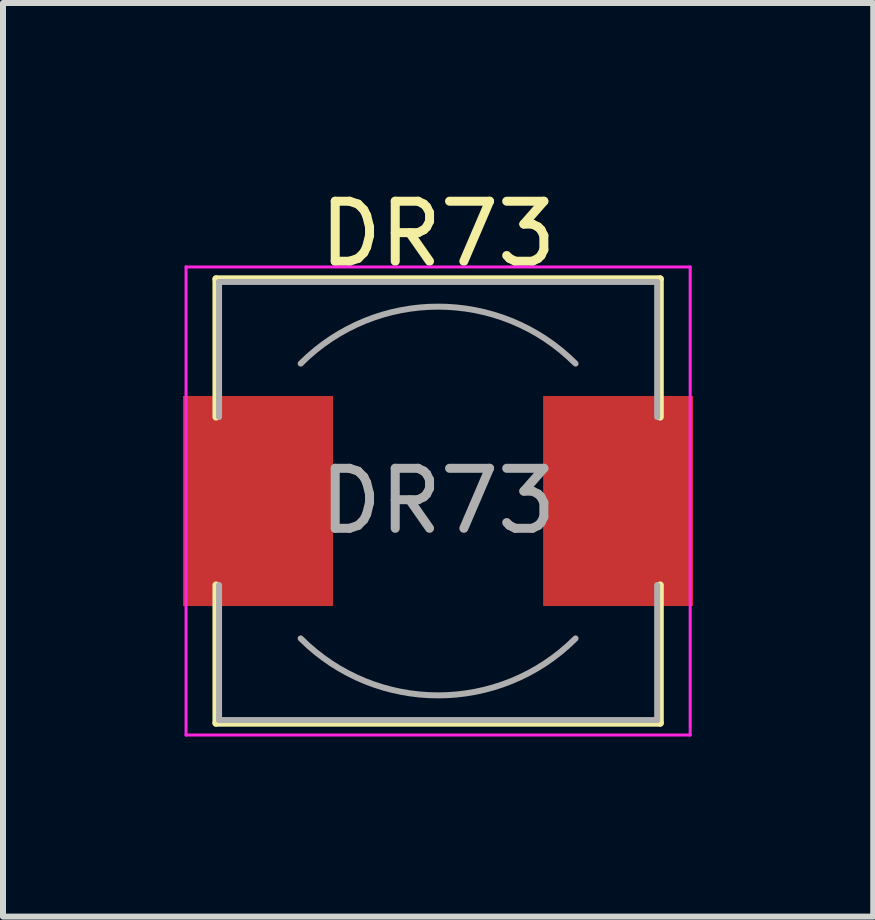
<source format=kicad_pcb>
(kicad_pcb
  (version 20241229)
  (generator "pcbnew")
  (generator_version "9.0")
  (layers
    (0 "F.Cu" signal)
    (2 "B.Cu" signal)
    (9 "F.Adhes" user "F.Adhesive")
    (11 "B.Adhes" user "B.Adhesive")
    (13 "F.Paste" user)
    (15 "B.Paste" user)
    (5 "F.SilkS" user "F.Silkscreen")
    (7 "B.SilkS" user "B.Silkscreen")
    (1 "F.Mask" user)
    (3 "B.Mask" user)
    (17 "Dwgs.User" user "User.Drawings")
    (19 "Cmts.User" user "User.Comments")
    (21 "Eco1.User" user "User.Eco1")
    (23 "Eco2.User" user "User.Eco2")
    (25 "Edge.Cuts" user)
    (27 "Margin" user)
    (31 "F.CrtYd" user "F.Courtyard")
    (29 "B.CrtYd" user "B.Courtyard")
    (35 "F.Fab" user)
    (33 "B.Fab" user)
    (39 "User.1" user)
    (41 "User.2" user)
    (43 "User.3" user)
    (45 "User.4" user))
  (footprint "DR73"
    (layer "F.Cu")
    (at 4.25 5.298)
    (property "Reference" "DR73" (at 0 -4.45 0) (layer "F.SilkS") (effects (font (size 1 1) (thickness 0.15))))
    (attr smd)
    (fp_line (start -3.7 -3.7) (end 3.7 -3.7) (stroke (width 0.12) (type solid)) (layer "F.SilkS"))
    (fp_line (start -3.7 -1.4) (end -3.7 -3.7) (stroke (width 0.12) (type solid)) (layer "F.SilkS"))
    (fp_line (start -3.7 3.7) (end -3.7 1.4) (stroke (width 0.12) (type solid)) (layer "F.SilkS"))
    (fp_line (start 3.7 -3.7) (end 3.7 -1.4) (stroke (width 0.12) (type solid)) (layer "F.SilkS"))
    (fp_line (start 3.7 1.4) (end 3.7 3.7) (stroke (width 0.12) (type solid)) (layer "F.SilkS"))
    (fp_line (start 3.7 3.7) (end -3.7 3.7) (stroke (width 0.12) (type solid)) (layer "F.SilkS"))
    (fp_line (start -4.2 -3.9) (end -4.2 3.9) (stroke (width 0.05) (type solid)) (layer "F.CrtYd"))
    (fp_line (start -4.2 3.9) (end 4.2 3.9) (stroke (width 0.05) (type solid)) (layer "F.CrtYd"))
    (fp_line (start 4.2 -3.9) (end -4.2 -3.9) (stroke (width 0.05) (type solid)) (layer "F.CrtYd"))
    (fp_line (start 4.2 3.9) (end 4.2 -3.9) (stroke (width 0.05) (type solid)) (layer "F.CrtYd"))
    (fp_line (start -3.65 -3.65) (end -3.65 -1.4) (stroke (width 0.1) (type solid)) (layer "F.Fab"))
    (fp_line (start -3.65 -3.65) (end 3.65 -3.65) (stroke (width 0.1) (type solid)) (layer "F.Fab"))
    (fp_line (start -3.65 3.65) (end -3.65 1.4) (stroke (width 0.1) (type solid)) (layer "F.Fab"))
    (fp_line (start 3.65 -3.65) (end 3.65 -1.4) (stroke (width 0.1) (type solid)) (layer "F.Fab"))
    (fp_line (start 3.65 3.65) (end -3.65 3.65) (stroke (width 0.1) (type solid)) (layer "F.Fab"))
    (fp_line (start 3.65 3.65) (end 3.65 1.4) (stroke (width 0.1) (type solid)) (layer "F.Fab"))
    (fp_arc (start -2.29 -2.29) (mid 0 -3.238549) (end 2.29 -2.29) (stroke (width 0.1) (type solid)) (layer "F.Fab"))
    (fp_arc (start 2.29 2.29) (mid 0 3.238549) (end -2.29 2.29) (stroke (width 0.1) (type solid)) (layer "F.Fab"))
    (fp_text user "${REFERENCE}" (at 0 0 0) (layer "F.Fab") (effects (font (size 1 1) (thickness 0.15))))
    (pad "1" smd rect (at -3 0) (size 2.5 3.5) (layers "F.Cu" "F.Mask" "F.Paste"))
    (pad "2" smd rect (at 3 0) (size 2.5 3.5) (layers "F.Cu" "F.Mask" "F.Paste")))
  (gr_rect
    (start -3 -3)
    (end 11.5 12.223)
    (stroke (width 0.1) (type default))
    (fill no)
    (layer "Edge.Cuts")))
</source>
